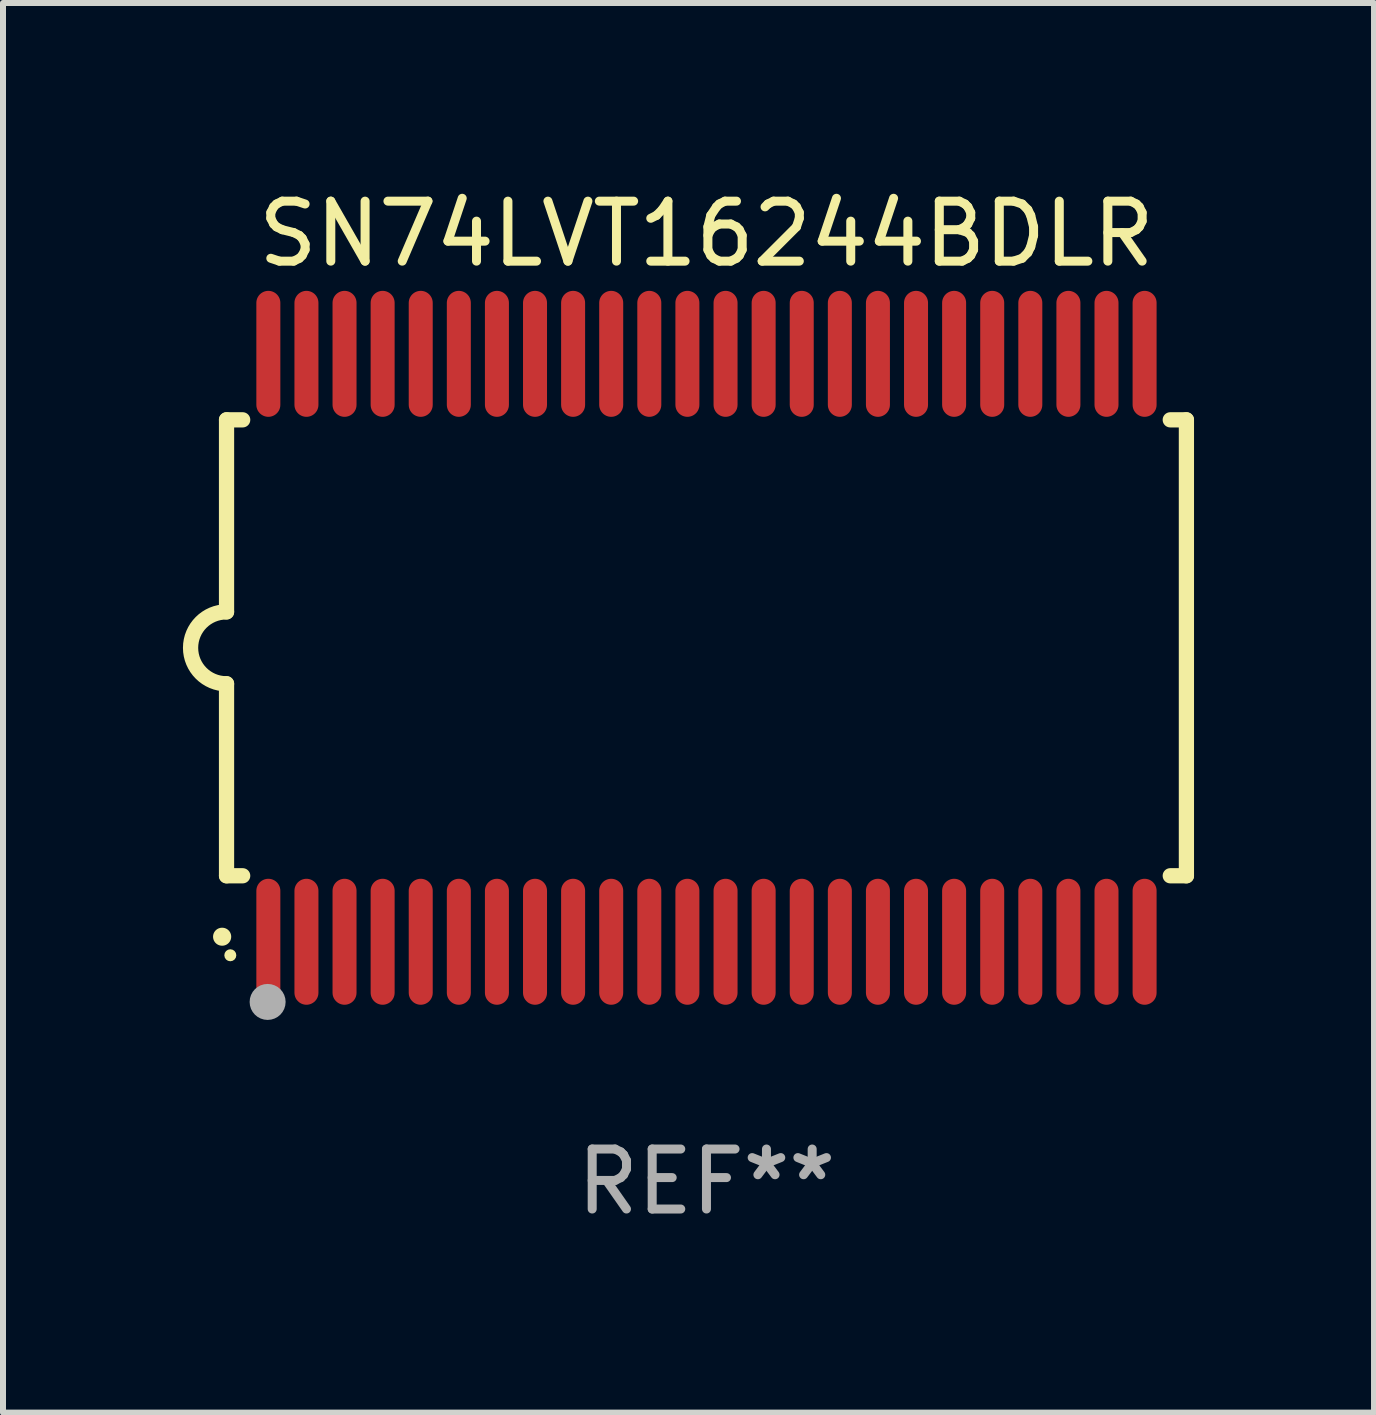
<source format=kicad_pcb>
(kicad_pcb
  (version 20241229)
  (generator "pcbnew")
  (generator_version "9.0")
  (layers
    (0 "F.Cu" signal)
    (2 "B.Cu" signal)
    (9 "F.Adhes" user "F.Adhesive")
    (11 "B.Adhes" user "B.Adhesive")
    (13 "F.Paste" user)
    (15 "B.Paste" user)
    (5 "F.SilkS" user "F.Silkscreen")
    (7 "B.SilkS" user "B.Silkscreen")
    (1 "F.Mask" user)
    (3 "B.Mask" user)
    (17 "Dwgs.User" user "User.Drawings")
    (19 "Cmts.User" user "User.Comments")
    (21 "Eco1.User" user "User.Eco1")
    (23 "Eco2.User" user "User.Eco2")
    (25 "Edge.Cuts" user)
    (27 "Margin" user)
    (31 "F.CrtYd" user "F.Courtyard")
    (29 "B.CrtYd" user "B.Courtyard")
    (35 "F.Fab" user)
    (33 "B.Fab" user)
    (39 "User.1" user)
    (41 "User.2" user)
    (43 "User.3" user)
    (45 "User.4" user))
  (footprint "SN74LVT16244BDLR"
    (layer "F.Cu")
    (at 8.726 7.748)
    (property "Reference" "SN74LVT16244BDLR" (at 0 -6.9 0) (layer "F.SilkS") (effects (font (size 1 1) (thickness 0.15))))
    (attr through_hole)
    (fp_line (start -8 -3.8) (end -8 -0.599) (stroke (width 0.254) (type solid)) (layer "F.SilkS"))
    (fp_line (start -8 -3.8) (end -7.731 -3.8) (stroke (width 0.254) (type solid)) (layer "F.SilkS"))
    (fp_line (start -8 3.8) (end -8 0.599) (stroke (width 0.254) (type solid)) (layer "F.SilkS"))
    (fp_line (start -7.731 3.8) (end -8 3.8) (stroke (width 0.254) (type solid)) (layer "F.SilkS"))
    (fp_line (start 7.731 -3.8) (end 8 -3.8) (stroke (width 0.254) (type solid)) (layer "F.SilkS"))
    (fp_line (start 8 -3.8) (end 8 3.8) (stroke (width 0.254) (type solid)) (layer "F.SilkS"))
    (fp_line (start 8 3.8) (end 7.731 3.8) (stroke (width 0.254) (type solid)) (layer "F.SilkS"))
    (fp_arc (start -8.074676 4.81585) (mid -8.073406 4.815845) (end -8.072136 4.81585) (stroke (width 0.3) (type solid)) (layer "F.SilkS"))
    (fp_arc (start -8.000025 0.6) (mid -8.598908 0.00056) (end -8.000027 -0.598882) (stroke (width 0.254001) (type solid)) (layer "F.SilkS"))
    (fp_circle (center -7.937 5.125) (end -7.887 5.125) (stroke (width 0.1) (type solid)) (fill no) (layer "F.SilkS"))
    (fp_circle (center -7.315 5.903) (end -7.165 5.903) (stroke (width 0.3) (type solid)) (fill no) (layer "F.Fab"))
    (fp_text user "REF**" (at 0 8.9 0) (layer "F.Fab") (effects (font (size 1 1) (thickness 0.15))))
    (pad "1" smd oval (at -7.303 4.9) (size 0.4 2.1) (layers "F.Cu" "F.Mask" "F.Paste"))
    (pad "2" smd oval (at -6.668 4.9) (size 0.4 2.1) (layers "F.Cu" "F.Mask" "F.Paste"))
    (pad "3" smd oval (at -6.033 4.9) (size 0.4 2.1) (layers "F.Cu" "F.Mask" "F.Paste"))
    (pad "4" smd oval (at -5.398 4.9) (size 0.4 2.1) (layers "F.Cu" "F.Mask" "F.Paste"))
    (pad "5" smd oval (at -4.763 4.9) (size 0.4 2.1) (layers "F.Cu" "F.Mask" "F.Paste"))
    (pad "6" smd oval (at -4.128 4.9) (size 0.4 2.1) (layers "F.Cu" "F.Mask" "F.Paste"))
    (pad "7" smd oval (at -3.493 4.9) (size 0.4 2.1) (layers "F.Cu" "F.Mask" "F.Paste"))
    (pad "8" smd oval (at -2.858 4.9) (size 0.4 2.1) (layers "F.Cu" "F.Mask" "F.Paste"))
    (pad "9" smd oval (at -2.223 4.9) (size 0.4 2.1) (layers "F.Cu" "F.Mask" "F.Paste"))
    (pad "10" smd oval (at -1.588 4.9) (size 0.4 2.1) (layers "F.Cu" "F.Mask" "F.Paste"))
    (pad "11" smd oval (at -0.953 4.9) (size 0.4 2.1) (layers "F.Cu" "F.Mask" "F.Paste"))
    (pad "12" smd oval (at -0.318 4.9) (size 0.4 2.1) (layers "F.Cu" "F.Mask" "F.Paste"))
    (pad "13" smd oval (at 0.318 4.9) (size 0.4 2.1) (layers "F.Cu" "F.Mask" "F.Paste"))
    (pad "14" smd oval (at 0.953 4.9) (size 0.4 2.1) (layers "F.Cu" "F.Mask" "F.Paste"))
    (pad "15" smd oval (at 1.588 4.9) (size 0.4 2.1) (layers "F.Cu" "F.Mask" "F.Paste"))
    (pad "16" smd oval (at 2.223 4.9) (size 0.4 2.1) (layers "F.Cu" "F.Mask" "F.Paste"))
    (pad "17" smd oval (at 2.858 4.9) (size 0.4 2.1) (layers "F.Cu" "F.Mask" "F.Paste"))
    (pad "18" smd oval (at 3.493 4.9) (size 0.4 2.1) (layers "F.Cu" "F.Mask" "F.Paste"))
    (pad "19" smd oval (at 4.128 4.9) (size 0.4 2.1) (layers "F.Cu" "F.Mask" "F.Paste"))
    (pad "20" smd oval (at 4.763 4.9) (size 0.4 2.1) (layers "F.Cu" "F.Mask" "F.Paste"))
    (pad "21" smd oval (at 5.398 4.9) (size 0.4 2.1) (layers "F.Cu" "F.Mask" "F.Paste"))
    (pad "22" smd oval (at 6.033 4.9) (size 0.4 2.1) (layers "F.Cu" "F.Mask" "F.Paste"))
    (pad "23" smd oval (at 6.668 4.9) (size 0.4 2.1) (layers "F.Cu" "F.Mask" "F.Paste"))
    (pad "24" smd oval (at 7.303 4.9) (size 0.4 2.1) (layers "F.Cu" "F.Mask" "F.Paste"))
    (pad "25" smd oval (at 7.303 -4.9 180) (size 0.4 2.1) (layers "F.Cu" "F.Mask" "F.Paste"))
    (pad "26" smd oval (at 6.668 -4.9 180) (size 0.4 2.1) (layers "F.Cu" "F.Mask" "F.Paste"))
    (pad "27" smd oval (at 6.033 -4.9 180) (size 0.4 2.1) (layers "F.Cu" "F.Mask" "F.Paste"))
    (pad "28" smd oval (at 5.398 -4.9 180) (size 0.4 2.1) (layers "F.Cu" "F.Mask" "F.Paste"))
    (pad "29" smd oval (at 4.763 -4.9 180) (size 0.4 2.1) (layers "F.Cu" "F.Mask" "F.Paste"))
    (pad "30" smd oval (at 4.128 -4.9 180) (size 0.4 2.1) (layers "F.Cu" "F.Mask" "F.Paste"))
    (pad "31" smd oval (at 3.493 -4.9 180) (size 0.4 2.1) (layers "F.Cu" "F.Mask" "F.Paste"))
    (pad "32" smd oval (at 2.858 -4.9 180) (size 0.4 2.1) (layers "F.Cu" "F.Mask" "F.Paste"))
    (pad "33" smd oval (at 2.223 -4.9 180) (size 0.4 2.1) (layers "F.Cu" "F.Mask" "F.Paste"))
    (pad "34" smd oval (at 1.588 -4.9 180) (size 0.4 2.1) (layers "F.Cu" "F.Mask" "F.Paste"))
    (pad "35" smd oval (at 0.953 -4.9 180) (size 0.4 2.1) (layers "F.Cu" "F.Mask" "F.Paste"))
    (pad "36" smd oval (at 0.318 -4.9 180) (size 0.4 2.1) (layers "F.Cu" "F.Mask" "F.Paste"))
    (pad "37" smd oval (at -0.318 -4.9 180) (size 0.4 2.1) (layers "F.Cu" "F.Mask" "F.Paste"))
    (pad "38" smd oval (at -0.953 -4.9 180) (size 0.4 2.1) (layers "F.Cu" "F.Mask" "F.Paste"))
    (pad "39" smd oval (at -1.588 -4.9 180) (size 0.4 2.1) (layers "F.Cu" "F.Mask" "F.Paste"))
    (pad "40" smd oval (at -2.223 -4.9 180) (size 0.4 2.1) (layers "F.Cu" "F.Mask" "F.Paste"))
    (pad "41" smd oval (at -2.858 -4.9 180) (size 0.4 2.1) (layers "F.Cu" "F.Mask" "F.Paste"))
    (pad "42" smd oval (at -3.493 -4.9 180) (size 0.4 2.1) (layers "F.Cu" "F.Mask" "F.Paste"))
    (pad "43" smd oval (at -4.128 -4.9 180) (size 0.4 2.1) (layers "F.Cu" "F.Mask" "F.Paste"))
    (pad "44" smd oval (at -4.763 -4.9 180) (size 0.4 2.1) (layers "F.Cu" "F.Mask" "F.Paste"))
    (pad "45" smd oval (at -5.398 -4.9 180) (size 0.4 2.1) (layers "F.Cu" "F.Mask" "F.Paste"))
    (pad "46" smd oval (at -6.033 -4.9 180) (size 0.4 2.1) (layers "F.Cu" "F.Mask" "F.Paste"))
    (pad "47" smd oval (at -6.668 -4.9 180) (size 0.4 2.1) (layers "F.Cu" "F.Mask" "F.Paste"))
    (pad "48" smd oval (at -7.303 -4.9 180) (size 0.4 2.1) (layers "F.Cu" "F.Mask" "F.Paste")))
  (gr_rect
    (start -3 -3)
    (end 19.853 20.496)
    (stroke (width 0.1) (type default))
    (fill no)
    (layer "Edge.Cuts")))
</source>
